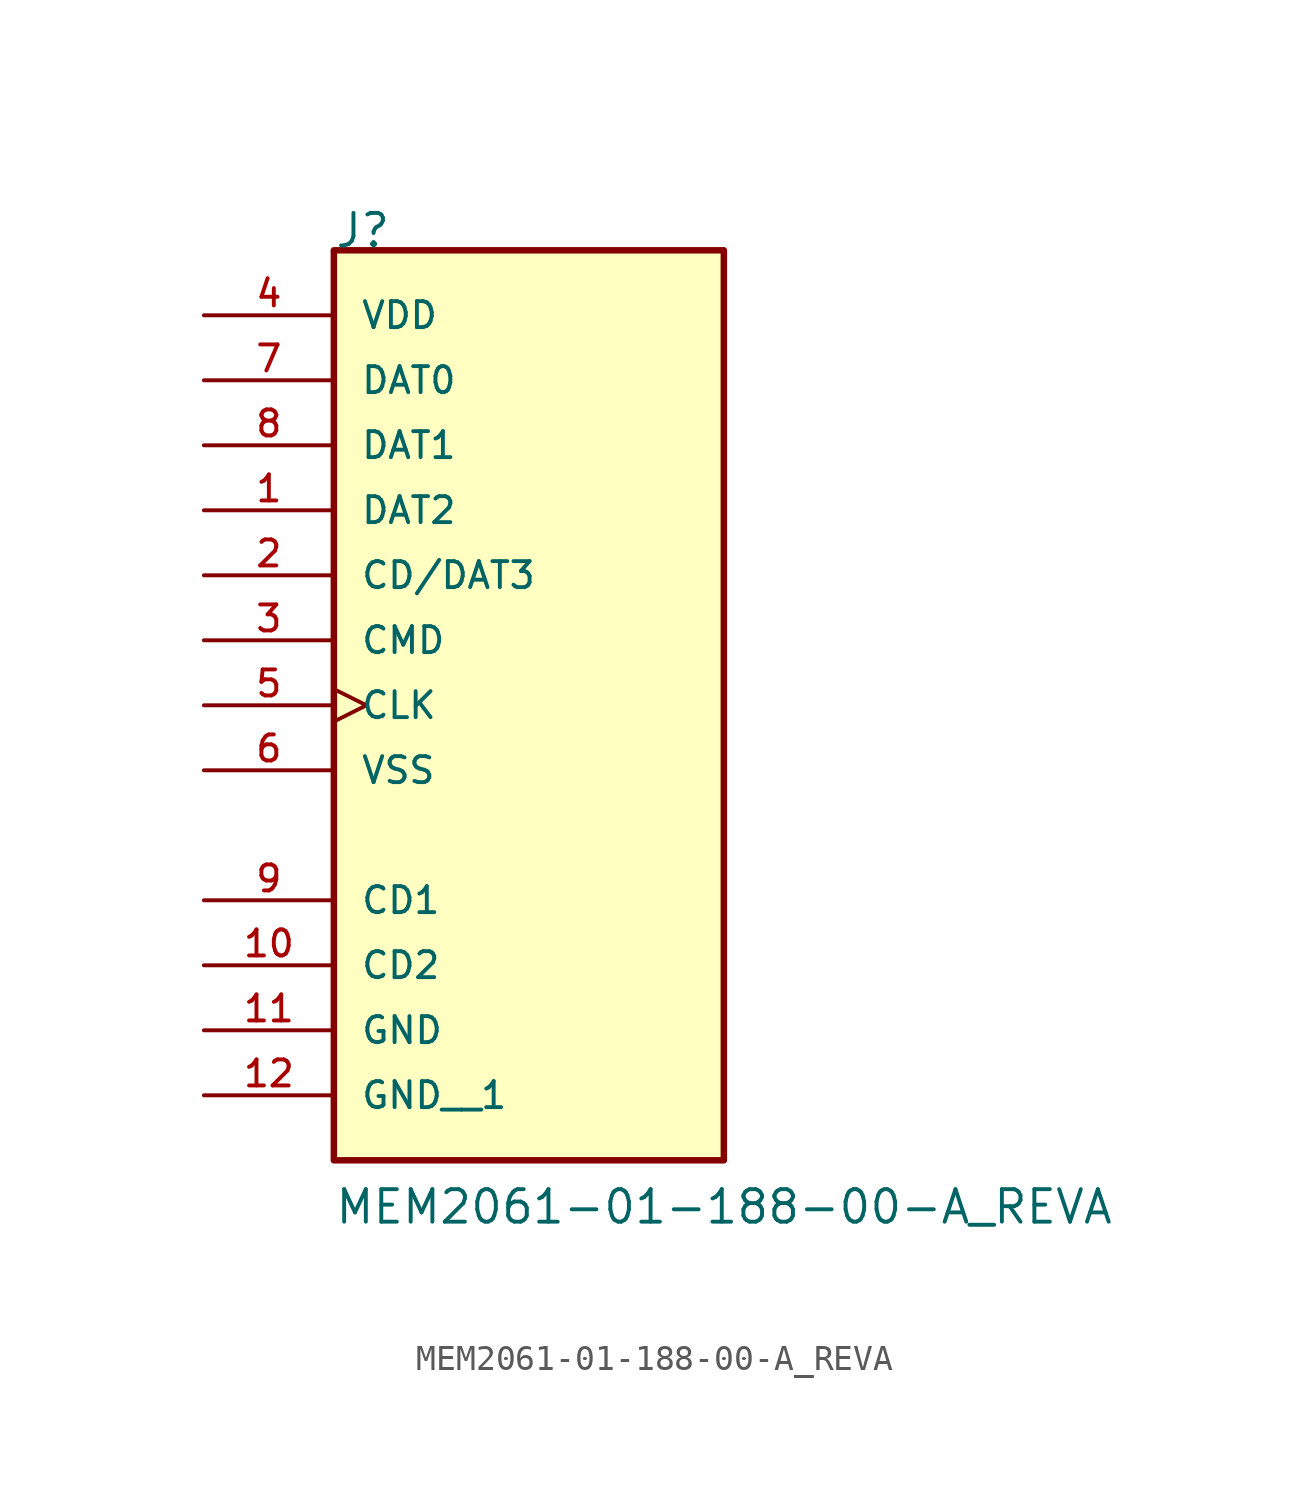
<source format=kicad_sym>
(kicad_symbol_lib
  (version 20211014)
  (generator kicad_symbol_editor)
  (symbol "MEM2061-01-188-00-A_REVA"
    (pin_names
      (offset 1.016))
    (property "Reference" "J"
      (at 0.0 15.268 0)
      (effects (font (size 1.27 1.27)) (justify bottom left)))
    (property "Value" "MEM2061-01-188-00-A_REVA"
      (at 0.0 -22.881 0)
      (effects (font (size 1.27 1.27)) (justify bottom left)))
    (symbol "MEM2061-01-188-00-A_REVA_0_0"
      (rectangle (start -8.881784197e-16 -20.32) (end 15.24 15.24) (stroke (width 0.254)) (fill (type background)))
      (pin bidirectional line (at -5.08 10.16 0) (length 5.08) (name "DAT0" (effects (font (size 1.016 1.016)))) (number "7" (effects (font (size 1.016 1.016)))))
      (pin bidirectional line (at -5.08 7.62 0) (length 5.08) (name "DAT1" (effects (font (size 1.016 1.016)))) (number "8" (effects (font (size 1.016 1.016)))))
      (pin bidirectional line (at -5.08 5.08 0) (length 5.08) (name "DAT2" (effects (font (size 1.016 1.016)))) (number "1" (effects (font (size 1.016 1.016)))))
      (pin bidirectional line (at -5.08 2.54 0) (length 5.08) (name "CD/DAT3" (effects (font (size 1.016 1.016)))) (number "2" (effects (font (size 1.016 1.016)))))
      (pin bidirectional line (at -5.08 0.0 0) (length 5.08) (name "CMD" (effects (font (size 1.016 1.016)))) (number "3" (effects (font (size 1.016 1.016)))))
      (pin bidirectional clock (at -5.08 -2.54 0) (length 5.08) (name "CLK" (effects (font (size 1.016 1.016)))) (number "5" (effects (font (size 1.016 1.016)))))
      (pin power_in line (at -5.08 12.7 0) (length 5.08) (name "VDD" (effects (font (size 1.016 1.016)))) (number "4" (effects (font (size 1.016 1.016)))))
      (pin power_in line (at -5.08 -5.08 0) (length 5.08) (name "VSS" (effects (font (size 1.016 1.016)))) (number "6" (effects (font (size 1.016 1.016)))))
      (pin passive line (at -5.08 -12.7 0) (length 5.08) (name "CD2" (effects (font (size 1.016 1.016)))) (number "10" (effects (font (size 1.016 1.016)))))
      (pin power_in line (at -5.08 -15.24 0) (length 5.08) (name "GND" (effects (font (size 1.016 1.016)))) (number "11" (effects (font (size 1.016 1.016)))))
      (pin passive line (at -5.08 -10.16 0) (length 5.08) (name "CD1" (effects (font (size 1.016 1.016)))) (number "9" (effects (font (size 1.016 1.016)))))
      (pin power_in line (at -5.08 -17.78 0) (length 5.08) (name "GND__1" (effects (font (size 1.016 1.016)))) (number "12" (effects (font (size 1.016 1.016))))))))
</source>
